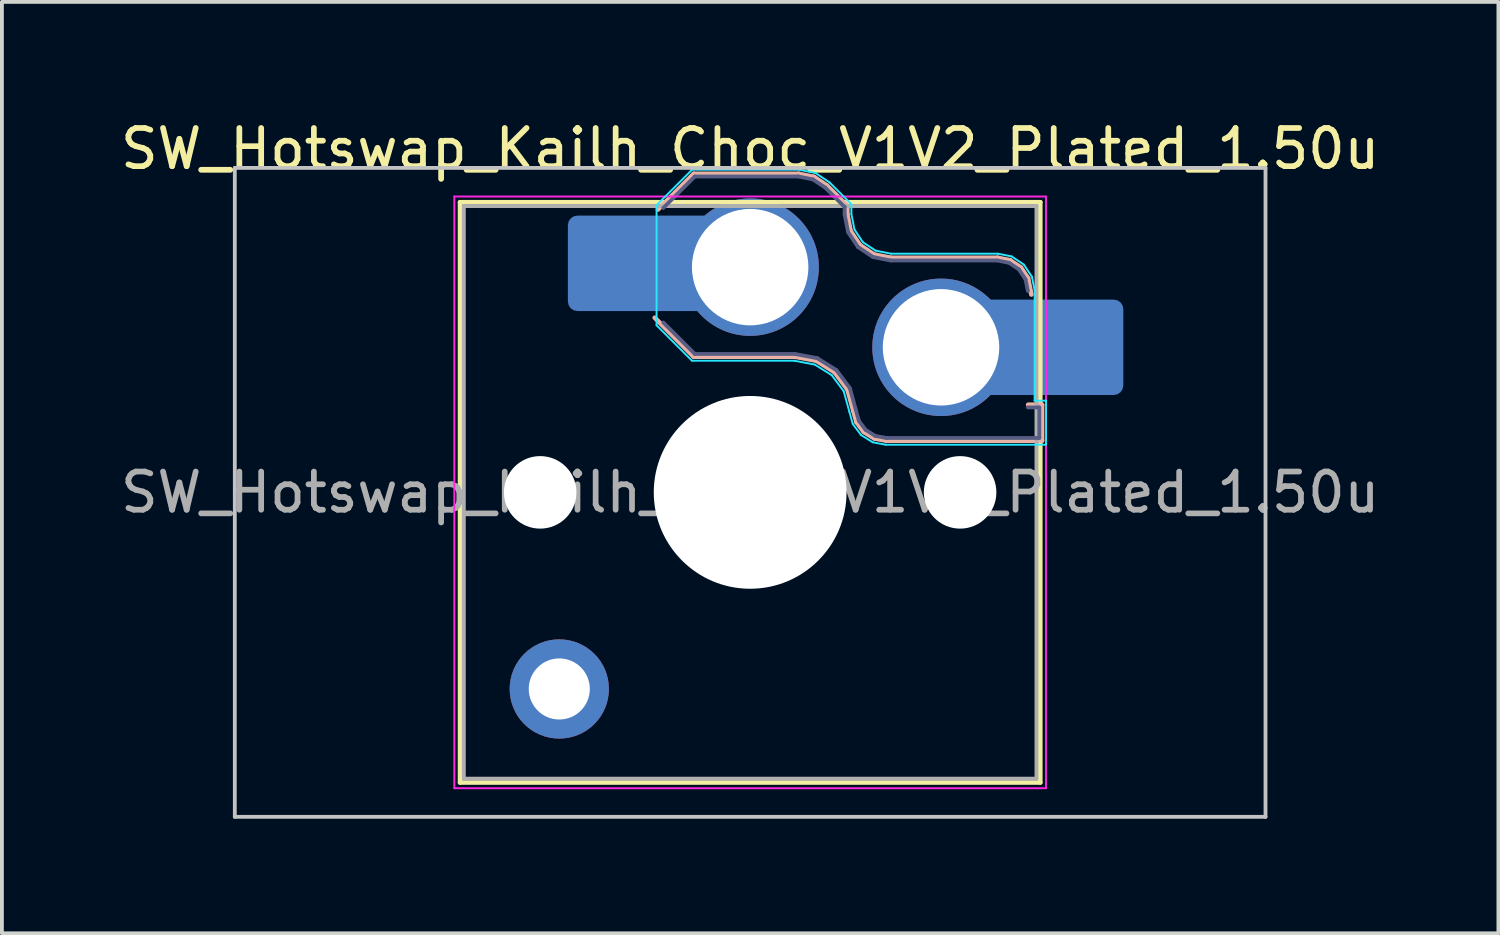
<source format=kicad_pcb>
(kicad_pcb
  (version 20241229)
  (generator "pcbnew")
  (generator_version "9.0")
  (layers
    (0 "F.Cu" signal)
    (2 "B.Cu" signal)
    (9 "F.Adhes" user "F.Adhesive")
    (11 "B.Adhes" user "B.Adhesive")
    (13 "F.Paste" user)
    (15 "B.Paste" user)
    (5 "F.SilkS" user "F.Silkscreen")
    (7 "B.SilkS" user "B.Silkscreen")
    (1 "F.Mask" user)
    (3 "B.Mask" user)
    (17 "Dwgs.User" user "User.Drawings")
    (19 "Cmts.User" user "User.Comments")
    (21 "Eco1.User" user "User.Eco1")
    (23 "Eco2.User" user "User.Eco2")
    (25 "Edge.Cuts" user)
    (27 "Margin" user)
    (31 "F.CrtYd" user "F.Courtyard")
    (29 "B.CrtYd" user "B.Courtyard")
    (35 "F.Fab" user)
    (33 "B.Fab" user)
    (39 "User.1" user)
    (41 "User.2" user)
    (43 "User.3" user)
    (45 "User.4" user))
  (footprint "SW_Hotswap_Kailh_Choc_V1V2_Plated_1.50u"
    (layer "F.Cu")
    (at 16.601 9.848)
    (property "Reference" "SW_Hotswap_Kailh_Choc_V1V2_Plated_1.50u" (at 0 -9 0) (layer "F.SilkS") (effects (font (size 1 1) (thickness 0.15))))
    (attr smd)
    (fp_line (start -7.6 -7.6) (end -7.6 7.6) (stroke (width 0.12) (type solid)) (layer "F.SilkS"))
    (fp_line (start -7.6 7.6) (end 7.6 7.6) (stroke (width 0.12) (type solid)) (layer "F.SilkS"))
    (fp_line (start 7.6 -7.6) (end -7.6 -7.6) (stroke (width 0.12) (type solid)) (layer "F.SilkS"))
    (fp_line (start 7.6 7.6) (end 7.6 -7.6) (stroke (width 0.12) (type solid)) (layer "F.SilkS"))
    (fp_line (start -2.416 -7.409) (end -1.479 -8.346) (stroke (width 0.12) (type solid)) (layer "B.SilkS"))
    (fp_line (start -1.479 -8.346) (end 1.268 -8.346) (stroke (width 0.12) (type solid)) (layer "B.SilkS"))
    (fp_line (start -1.479 -3.554) (end -2.5 -4.575) (stroke (width 0.12) (type solid)) (layer "B.SilkS"))
    (fp_line (start 1.168 -3.554) (end -1.479 -3.554) (stroke (width 0.12) (type solid)) (layer "B.SilkS"))
    (fp_line (start 1.268 -8.346) (end 1.671 -8.266) (stroke (width 0.12) (type solid)) (layer "B.SilkS"))
    (fp_line (start 1.671 -8.266) (end 2.013 -8.037) (stroke (width 0.12) (type solid)) (layer "B.SilkS"))
    (fp_line (start 1.73 -3.449) (end 1.168 -3.554) (stroke (width 0.12) (type solid)) (layer "B.SilkS"))
    (fp_line (start 2.013 -8.037) (end 2.546 -7.504) (stroke (width 0.12) (type solid)) (layer "B.SilkS"))
    (fp_line (start 2.209 -3.15) (end 1.73 -3.449) (stroke (width 0.12) (type solid)) (layer "B.SilkS"))
    (fp_line (start 2.546 -7.504) (end 2.546 -7.282) (stroke (width 0.12) (type solid)) (layer "B.SilkS"))
    (fp_line (start 2.546 -7.282) (end 2.633 -6.844) (stroke (width 0.12) (type solid)) (layer "B.SilkS"))
    (fp_line (start 2.547 -2.697) (end 2.209 -3.15) (stroke (width 0.12) (type solid)) (layer "B.SilkS"))
    (fp_line (start 2.633 -6.844) (end 2.877 -6.477) (stroke (width 0.12) (type solid)) (layer "B.SilkS"))
    (fp_line (start 2.701 -2.139) (end 2.547 -2.697) (stroke (width 0.12) (type solid)) (layer "B.SilkS"))
    (fp_line (start 2.783 -1.841) (end 2.701 -2.139) (stroke (width 0.12) (type solid)) (layer "B.SilkS"))
    (fp_line (start 2.877 -6.477) (end 3.244 -6.233) (stroke (width 0.12) (type solid)) (layer "B.SilkS"))
    (fp_line (start 2.976 -1.583) (end 2.783 -1.841) (stroke (width 0.12) (type solid)) (layer "B.SilkS"))
    (fp_line (start 3.244 -6.233) (end 3.682 -6.146) (stroke (width 0.12) (type solid)) (layer "B.SilkS"))
    (fp_line (start 3.25 -1.413) (end 2.976 -1.583) (stroke (width 0.12) (type solid)) (layer "B.SilkS"))
    (fp_line (start 3.56 -1.354) (end 3.25 -1.413) (stroke (width 0.12) (type solid)) (layer "B.SilkS"))
    (fp_line (start 3.682 -6.146) (end 6.482 -6.146) (stroke (width 0.12) (type solid)) (layer "B.SilkS"))
    (fp_line (start 6.482 -6.146) (end 6.809 -6.081) (stroke (width 0.12) (type solid)) (layer "B.SilkS"))
    (fp_line (start 6.809 -6.081) (end 7.092 -5.892) (stroke (width 0.12) (type solid)) (layer "B.SilkS"))
    (fp_line (start 7.092 -5.892) (end 7.281 -5.609) (stroke (width 0.12) (type solid)) (layer "B.SilkS"))
    (fp_line (start 7.281 -5.609) (end 7.366 -5.182) (stroke (width 0.12) (type solid)) (layer "B.SilkS"))
    (fp_line (start 7.283 -2.296) (end 7.646 -2.296) (stroke (width 0.12) (type solid)) (layer "B.SilkS"))
    (fp_line (start 7.646 -2.296) (end 7.646 -1.354) (stroke (width 0.12) (type solid)) (layer "B.SilkS"))
    (fp_line (start 7.646 -1.354) (end 3.56 -1.354) (stroke (width 0.12) (type solid)) (layer "B.SilkS"))
    (fp_line (start -13.5 -8.5) (end -13.5 8.5) (stroke (width 0.1) (type solid)) (layer "Dwgs.User"))
    (fp_line (start -13.5 8.5) (end 13.5 8.5) (stroke (width 0.1) (type solid)) (layer "Dwgs.User"))
    (fp_line (start 13.5 -8.5) (end -13.5 -8.5) (stroke (width 0.1) (type solid)) (layer "Dwgs.User"))
    (fp_line (start 13.5 8.5) (end 13.5 -8.5) (stroke (width 0.1) (type solid)) (layer "Dwgs.User"))
    (fp_line (start -7.25 -7.25) (end -7.25 7.25) (stroke (width 0.1) (type solid)) (layer "Eco1.User"))
    (fp_line (start -7.25 7.25) (end 7.25 7.25) (stroke (width 0.1) (type solid)) (layer "Eco1.User"))
    (fp_line (start 7.25 -7.25) (end -7.25 -7.25) (stroke (width 0.1) (type solid)) (layer "Eco1.User"))
    (fp_line (start 7.25 7.25) (end 7.25 -7.25) (stroke (width 0.1) (type solid)) (layer "Eco1.User"))
    (fp_line (start -2.452 -7.523) (end -1.523 -8.452) (stroke (width 0.05) (type solid)) (layer "B.CrtYd"))
    (fp_line (start -2.452 -4.377) (end -2.452 -7.523) (stroke (width 0.05) (type solid)) (layer "B.CrtYd"))
    (fp_line (start -1.523 -8.452) (end 1.278 -8.452) (stroke (width 0.05) (type solid)) (layer "B.CrtYd"))
    (fp_line (start -1.523 -3.448) (end -2.452 -4.377) (stroke (width 0.05) (type solid)) (layer "B.CrtYd"))
    (fp_line (start 1.159 -3.448) (end -1.523 -3.448) (stroke (width 0.05) (type solid)) (layer "B.CrtYd"))
    (fp_line (start 1.278 -8.452) (end 1.712 -8.366) (stroke (width 0.05) (type solid)) (layer "B.CrtYd"))
    (fp_line (start 1.691 -3.348) (end 1.159 -3.448) (stroke (width 0.05) (type solid)) (layer "B.CrtYd"))
    (fp_line (start 1.712 -8.366) (end 2.081 -8.119) (stroke (width 0.05) (type solid)) (layer "B.CrtYd"))
    (fp_line (start 2.081 -8.119) (end 2.652 -7.548) (stroke (width 0.05) (type solid)) (layer "B.CrtYd"))
    (fp_line (start 2.136 -3.071) (end 1.691 -3.348) (stroke (width 0.05) (type solid)) (layer "B.CrtYd"))
    (fp_line (start 2.45 -2.65) (end 2.136 -3.071) (stroke (width 0.05) (type solid)) (layer "B.CrtYd"))
    (fp_line (start 2.599 -2.111) (end 2.45 -2.65) (stroke (width 0.05) (type solid)) (layer "B.CrtYd"))
    (fp_line (start 2.652 -7.548) (end 2.652 -7.292) (stroke (width 0.05) (type solid)) (layer "B.CrtYd"))
    (fp_line (start 2.652 -7.292) (end 2.733 -6.885) (stroke (width 0.05) (type solid)) (layer "B.CrtYd"))
    (fp_line (start 2.687 -1.794) (end 2.599 -2.111) (stroke (width 0.05) (type solid)) (layer "B.CrtYd"))
    (fp_line (start 2.733 -6.885) (end 2.953 -6.553) (stroke (width 0.05) (type solid)) (layer "B.CrtYd"))
    (fp_line (start 2.903 -1.503) (end 2.687 -1.794) (stroke (width 0.05) (type solid)) (layer "B.CrtYd"))
    (fp_line (start 2.953 -6.553) (end 3.285 -6.333) (stroke (width 0.05) (type solid)) (layer "B.CrtYd"))
    (fp_line (start 3.211 -1.312) (end 2.903 -1.503) (stroke (width 0.05) (type solid)) (layer "B.CrtYd"))
    (fp_line (start 3.285 -6.333) (end 3.692 -6.252) (stroke (width 0.05) (type solid)) (layer "B.CrtYd"))
    (fp_line (start 3.55 -1.248) (end 3.211 -1.312) (stroke (width 0.05) (type solid)) (layer "B.CrtYd"))
    (fp_line (start 3.692 -6.252) (end 6.492 -6.252) (stroke (width 0.05) (type solid)) (layer "B.CrtYd"))
    (fp_line (start 6.492 -6.252) (end 6.85 -6.181) (stroke (width 0.05) (type solid)) (layer "B.CrtYd"))
    (fp_line (start 6.85 -6.181) (end 7.168 -5.968) (stroke (width 0.05) (type solid)) (layer "B.CrtYd"))
    (fp_line (start 7.168 -5.968) (end 7.381 -5.65) (stroke (width 0.05) (type solid)) (layer "B.CrtYd"))
    (fp_line (start 7.381 -5.65) (end 7.452 -5.292) (stroke (width 0.05) (type solid)) (layer "B.CrtYd"))
    (fp_line (start 7.452 -5.292) (end 7.452 -2.402) (stroke (width 0.05) (type solid)) (layer "B.CrtYd"))
    (fp_line (start 7.452 -2.402) (end 7.752 -2.402) (stroke (width 0.05) (type solid)) (layer "B.CrtYd"))
    (fp_line (start 7.752 -2.402) (end 7.752 -1.248) (stroke (width 0.05) (type solid)) (layer "B.CrtYd"))
    (fp_line (start 7.752 -1.248) (end 3.55 -1.248) (stroke (width 0.05) (type solid)) (layer "B.CrtYd"))
    (fp_line (start -7.75 -7.75) (end -7.75 7.75) (stroke (width 0.05) (type solid)) (layer "F.CrtYd"))
    (fp_line (start -7.75 7.75) (end 7.75 7.75) (stroke (width 0.05) (type solid)) (layer "F.CrtYd"))
    (fp_line (start 7.75 -7.75) (end -7.75 -7.75) (stroke (width 0.05) (type solid)) (layer "F.CrtYd"))
    (fp_line (start 7.75 7.75) (end 7.75 -7.75) (stroke (width 0.05) (type solid)) (layer "F.CrtYd"))
    (fp_line (start -2.275 -7.45) (end -1.45 -8.275) (stroke (width 0.1) (type solid)) (layer "B.Fab"))
    (fp_line (start -1.45 -8.275) (end 1.261 -8.275) (stroke (width 0.1) (type solid)) (layer "B.Fab"))
    (fp_line (start -1.45 -3.625) (end -2.275 -4.45) (stroke (width 0.1) (type solid)) (layer "B.Fab"))
    (fp_line (start 1.175 -3.625) (end -1.45 -3.625) (stroke (width 0.1) (type solid)) (layer "B.Fab"))
    (fp_line (start 1.261 -8.275) (end 1.643 -8.199) (stroke (width 0.1) (type solid)) (layer "B.Fab"))
    (fp_line (start 1.643 -8.199) (end 1.968 -7.982) (stroke (width 0.1) (type solid)) (layer "B.Fab"))
    (fp_line (start 1.756 -3.516) (end 1.175 -3.625) (stroke (width 0.1) (type solid)) (layer "B.Fab"))
    (fp_line (start 1.968 -7.982) (end 2.475 -7.475) (stroke (width 0.1) (type solid)) (layer "B.Fab"))
    (fp_line (start 2.258 -3.203) (end 1.756 -3.516) (stroke (width 0.1) (type solid)) (layer "B.Fab"))
    (fp_line (start 2.475 -7.475) (end 2.475 -7.275) (stroke (width 0.1) (type solid)) (layer "B.Fab"))
    (fp_line (start 2.475 -7.275) (end 2.566 -6.816) (stroke (width 0.1) (type solid)) (layer "B.Fab"))
    (fp_line (start 2.566 -6.816) (end 2.826 -6.426) (stroke (width 0.1) (type solid)) (layer "B.Fab"))
    (fp_line (start 2.612 -2.729) (end 2.258 -3.203) (stroke (width 0.1) (type solid)) (layer "B.Fab"))
    (fp_line (start 2.769 -2.158) (end 2.612 -2.729) (stroke (width 0.1) (type solid)) (layer "B.Fab"))
    (fp_line (start 2.826 -6.426) (end 3.216 -6.166) (stroke (width 0.1) (type solid)) (layer "B.Fab"))
    (fp_line (start 2.848 -1.873) (end 2.769 -2.158) (stroke (width 0.1) (type solid)) (layer "B.Fab"))
    (fp_line (start 3.025 -1.636) (end 2.848 -1.873) (stroke (width 0.1) (type solid)) (layer "B.Fab"))
    (fp_line (start 3.216 -6.166) (end 3.675 -6.075) (stroke (width 0.1) (type solid)) (layer "B.Fab"))
    (fp_line (start 3.276 -1.48) (end 3.025 -1.636) (stroke (width 0.1) (type solid)) (layer "B.Fab"))
    (fp_line (start 3.567 -1.425) (end 3.276 -1.48) (stroke (width 0.1) (type solid)) (layer "B.Fab"))
    (fp_line (start 3.675 -6.075) (end 6.475 -6.075) (stroke (width 0.1) (type solid)) (layer "B.Fab"))
    (fp_line (start 6.475 -6.075) (end 6.781 -6.014) (stroke (width 0.1) (type solid)) (layer "B.Fab"))
    (fp_line (start 6.781 -6.014) (end 7.041 -5.841) (stroke (width 0.1) (type solid)) (layer "B.Fab"))
    (fp_line (start 7.041 -5.841) (end 7.214 -5.581) (stroke (width 0.1) (type solid)) (layer "B.Fab"))
    (fp_line (start 7.214 -5.581) (end 7.275 -5.275) (stroke (width 0.1) (type solid)) (layer "B.Fab"))
    (fp_line (start 7.275 -2.225) (end 7.575 -2.225) (stroke (width 0.1) (type solid)) (layer "B.Fab"))
    (fp_line (start 7.575 -2.225) (end 7.575 -1.425) (stroke (width 0.1) (type solid)) (layer "B.Fab"))
    (fp_line (start 7.575 -1.425) (end 3.567 -1.425) (stroke (width 0.1) (type solid)) (layer "B.Fab"))
    (fp_line (start -7.5 -7.5) (end -7.5 7.5) (stroke (width 0.1) (type solid)) (layer "F.Fab"))
    (fp_line (start -7.5 7.5) (end 7.5 7.5) (stroke (width 0.1) (type solid)) (layer "F.Fab"))
    (fp_line (start 7.5 -7.5) (end -7.5 -7.5) (stroke (width 0.1) (type solid)) (layer "F.Fab"))
    (fp_line (start 7.5 7.5) (end 7.5 -7.5) (stroke (width 0.1) (type solid)) (layer "F.Fab"))
    (fp_text user "${REFERENCE}" (at 0 0 0) (layer "F.Fab") (effects (font (size 1 1) (thickness 0.15))))
    (pad "" np_thru_hole circle (at -5.5 0) (size 1.9 1.9) (drill 1.9) (layers "*.Cu" "*.Mask"))
    (pad "" thru_hole circle (at -5 5.15) (size 2.6 2.6) (drill 1.6) (layers "*.Cu" "*.Mask"))
    (pad "" smd roundrect (at -3.5 -6) (size 2.55 2.5) (layers "B.Mask" "B.Paste") (roundrect_rratio 0.1))
    (pad "" np_thru_hole circle (at 0 0) (size 5.05 5.05) (drill 5.05) (layers "*.Cu" "*.Mask"))
    (pad "" np_thru_hole circle (at 5.5 0) (size 1.9 1.9) (drill 1.9) (layers "*.Cu" "*.Mask"))
    (pad "" smd roundrect (at 8.5 -3.8) (size 2.55 2.5) (layers "B.Mask" "B.Paste") (roundrect_rratio 0.1))
    (pad "1" smd roundrect (at -2.85 -6) (size 3.85 2.5) (layers "B.Cu") (roundrect_rratio 0.1))
    (pad "1" thru_hole circle (at 0 -5.9) (size 3.6 3.6) (drill 3.05) (layers "*.Cu" "*.Mask"))
    (pad "2" thru_hole circle (at 5 -3.8) (size 3.6 3.6) (drill 3.05) (layers "*.Cu" "*.Mask"))
    (pad "2" smd roundrect (at 7.85 -3.8) (size 3.85 2.5) (layers "B.Cu") (roundrect_rratio 0.1)))
  (gr_rect
    (start -3 -3)
    (end 36.202 21.398)
    (stroke (width 0.1) (type default))
    (fill no)
    (layer "Edge.Cuts")))
</source>
